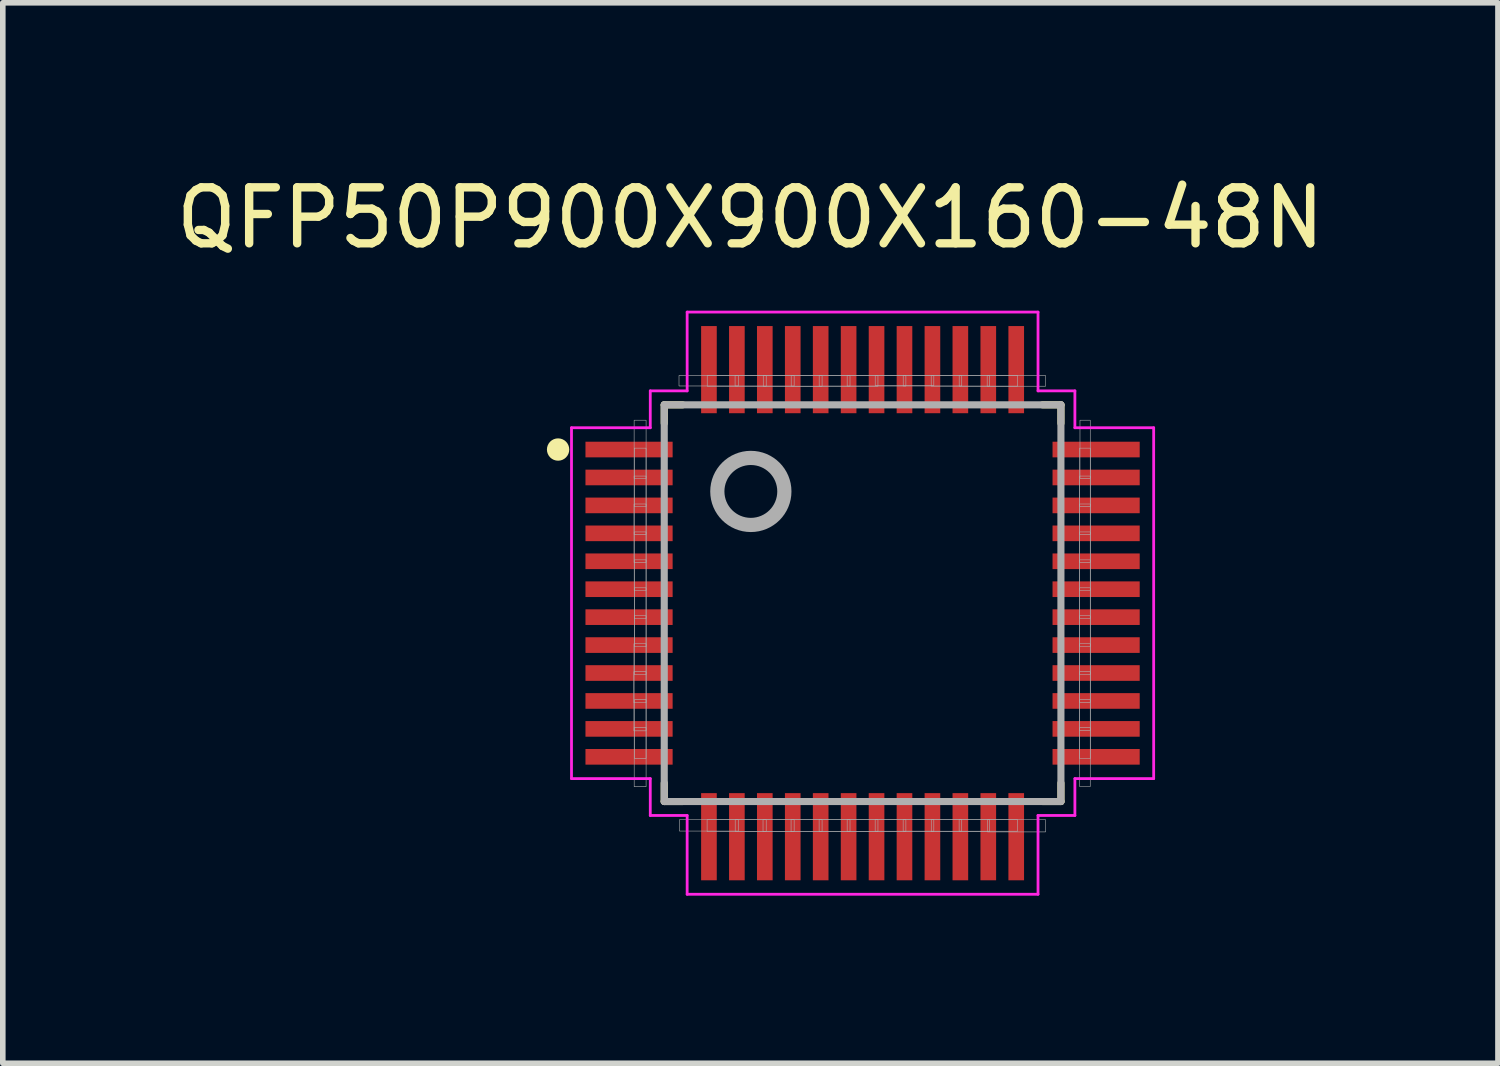
<source format=kicad_pcb>
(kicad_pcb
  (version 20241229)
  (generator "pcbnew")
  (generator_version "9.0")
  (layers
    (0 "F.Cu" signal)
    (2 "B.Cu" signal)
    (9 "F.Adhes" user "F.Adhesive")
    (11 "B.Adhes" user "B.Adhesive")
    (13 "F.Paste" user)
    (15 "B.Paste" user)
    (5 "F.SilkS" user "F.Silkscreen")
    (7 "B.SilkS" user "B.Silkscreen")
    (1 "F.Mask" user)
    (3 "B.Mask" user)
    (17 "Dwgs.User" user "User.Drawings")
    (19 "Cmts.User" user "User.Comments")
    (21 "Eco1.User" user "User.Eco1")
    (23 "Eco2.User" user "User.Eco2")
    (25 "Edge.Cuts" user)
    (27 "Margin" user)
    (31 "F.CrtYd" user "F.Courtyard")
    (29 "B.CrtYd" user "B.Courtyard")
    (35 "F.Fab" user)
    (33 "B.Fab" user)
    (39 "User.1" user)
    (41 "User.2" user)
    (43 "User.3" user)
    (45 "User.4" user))
  (footprint "QFP50P900X900X160-48N"
    (layer "F.Cu")
    (at 12.389 7.746)
    (property "Reference" "QFP50P900X900X160-48N" (at -2.009 -6.897 0) (layer "F.SilkS") (effects (font (size 1.002 1.002) (thickness 0.15))))
    (attr through_hole)
    (fp_line (start -3.55 -3.55) (end -3.22 -3.55) (stroke (width 0.127) (type solid)) (layer "F.SilkS"))
    (fp_line (start -3.55 -3.22) (end -3.55 -3.55) (stroke (width 0.127) (type solid)) (layer "F.SilkS"))
    (fp_line (start -3.55 3.55) (end -3.55 3.22) (stroke (width 0.127) (type solid)) (layer "F.SilkS"))
    (fp_line (start -3.22 3.55) (end -3.55 3.55) (stroke (width 0.127) (type solid)) (layer "F.SilkS"))
    (fp_line (start 3.22 -3.55) (end 3.55 -3.55) (stroke (width 0.127) (type solid)) (layer "F.SilkS"))
    (fp_line (start 3.55 -3.55) (end 3.55 -3.22) (stroke (width 0.127) (type solid)) (layer "F.SilkS"))
    (fp_line (start 3.55 3.22) (end 3.55 3.55) (stroke (width 0.127) (type solid)) (layer "F.SilkS"))
    (fp_line (start 3.55 3.55) (end 3.22 3.55) (stroke (width 0.127) (type solid)) (layer "F.SilkS"))
    (fp_circle (center -5.45 -2.75) (end -5.35 -2.75) (stroke (width 0.2) (type solid)) (fill no) (layer "F.SilkS"))
    (fp_line (start -5.21 -3.14) (end -3.8 -3.14) (stroke (width 0.05) (type solid)) (layer "F.CrtYd"))
    (fp_line (start -5.21 3.14) (end -5.21 -3.14) (stroke (width 0.05) (type solid)) (layer "F.CrtYd"))
    (fp_line (start -3.8 -3.8) (end -3.14 -3.8) (stroke (width 0.05) (type solid)) (layer "F.CrtYd"))
    (fp_line (start -3.8 -3.14) (end -3.8 -3.8) (stroke (width 0.05) (type solid)) (layer "F.CrtYd"))
    (fp_line (start -3.8 3.14) (end -5.21 3.14) (stroke (width 0.05) (type solid)) (layer "F.CrtYd"))
    (fp_line (start -3.8 3.8) (end -3.8 3.14) (stroke (width 0.05) (type solid)) (layer "F.CrtYd"))
    (fp_line (start -3.14 -5.21) (end 3.14 -5.21) (stroke (width 0.05) (type solid)) (layer "F.CrtYd"))
    (fp_line (start -3.14 -3.8) (end -3.14 -5.21) (stroke (width 0.05) (type solid)) (layer "F.CrtYd"))
    (fp_line (start -3.14 3.8) (end -3.8 3.8) (stroke (width 0.05) (type solid)) (layer "F.CrtYd"))
    (fp_line (start -3.14 5.21) (end -3.14 3.8) (stroke (width 0.05) (type solid)) (layer "F.CrtYd"))
    (fp_line (start 3.14 -5.21) (end 3.14 -3.8) (stroke (width 0.05) (type solid)) (layer "F.CrtYd"))
    (fp_line (start 3.14 -3.8) (end 3.8 -3.8) (stroke (width 0.05) (type solid)) (layer "F.CrtYd"))
    (fp_line (start 3.14 3.8) (end 3.14 5.21) (stroke (width 0.05) (type solid)) (layer "F.CrtYd"))
    (fp_line (start 3.14 5.21) (end -3.14 5.21) (stroke (width 0.05) (type solid)) (layer "F.CrtYd"))
    (fp_line (start 3.8 -3.8) (end 3.8 -3.14) (stroke (width 0.05) (type solid)) (layer "F.CrtYd"))
    (fp_line (start 3.8 -3.14) (end 5.21 -3.14) (stroke (width 0.05) (type solid)) (layer "F.CrtYd"))
    (fp_line (start 3.8 3.14) (end 3.8 3.8) (stroke (width 0.05) (type solid)) (layer "F.CrtYd"))
    (fp_line (start 3.8 3.8) (end 3.14 3.8) (stroke (width 0.05) (type solid)) (layer "F.CrtYd"))
    (fp_line (start 5.21 -3.14) (end 5.21 3.14) (stroke (width 0.05) (type solid)) (layer "F.CrtYd"))
    (fp_line (start 5.21 3.14) (end 3.8 3.14) (stroke (width 0.05) (type solid)) (layer "F.CrtYd"))
    (fp_line (start -3.55 -3.55) (end 3.55 -3.55) (stroke (width 0.127) (type solid)) (layer "F.Fab"))
    (fp_line (start -3.55 3.55) (end -3.55 -3.55) (stroke (width 0.127) (type solid)) (layer "F.Fab"))
    (fp_line (start 3.55 -3.55) (end 3.55 3.55) (stroke (width 0.127) (type solid)) (layer "F.Fab"))
    (fp_line (start 3.55 3.55) (end -3.55 3.55) (stroke (width 0.127) (type solid)) (layer "F.Fab"))
    (fp_circle (center -2 -2) (end -1.4 -2) (stroke (width 0.254) (type solid)) (fill no) (layer "F.Fab"))
    (fp_poly (pts (xy -4.093 1.225) (xy -3.875 1.225) (xy -3.875 2.285) (xy -4.093 2.285)) (stroke (width 0.01) (type solid)) (fill no) (layer "F.Fab"))
    (fp_poly (pts (xy -4.092 0.725) (xy -3.875 0.725) (xy -3.875 1.782) (xy -4.092 1.782)) (stroke (width 0.01) (type solid)) (fill no) (layer "F.Fab"))
    (fp_poly (pts (xy -4.09 -1.775) (xy -3.875 -1.775) (xy -3.875 -0.728) (xy -4.09 -0.728)) (stroke (width 0.01) (type solid)) (fill no) (layer "F.Fab"))
    (fp_poly (pts (xy -4.089 -2.275) (xy -3.875 -2.275) (xy -3.875 -1.229) (xy -4.089 -1.229)) (stroke (width 0.01) (type solid)) (fill no) (layer "F.Fab"))
    (fp_poly (pts (xy -4.089 -3.275) (xy -3.875 -3.275) (xy -3.875 -2.233) (xy -4.089 -2.233)) (stroke (width 0.01) (type solid)) (fill no) (layer "F.Fab"))
    (fp_poly (pts (xy -4.088 2.225) (xy -3.875 2.225) (xy -3.875 3.285) (xy -4.088 3.285)) (stroke (width 0.01) (type solid)) (fill no) (layer "F.Fab"))
    (fp_poly (pts (xy -4.088 -1.275) (xy -3.875 -1.275) (xy -3.875 -0.226) (xy -4.088 -0.226)) (stroke (width 0.01) (type solid)) (fill no) (layer "F.Fab"))
    (fp_poly (pts (xy -4.086 -0.775) (xy -3.875 -0.775) (xy -3.875 0.276) (xy -4.086 0.276)) (stroke (width 0.01) (type solid)) (fill no) (layer "F.Fab"))
    (fp_poly (pts (xy -4.086 0.225) (xy -3.875 0.225) (xy -3.875 1.278) (xy -4.086 1.278)) (stroke (width 0.01) (type solid)) (fill no) (layer "F.Fab"))
    (fp_poly (pts (xy -4.086 -2.775) (xy -3.875 -2.775) (xy -3.875 -1.73) (xy -4.086 -1.73)) (stroke (width 0.01) (type solid)) (fill no) (layer "F.Fab"))
    (fp_poly (pts (xy -4.084 -0.275) (xy -3.875 -0.275) (xy -3.875 0.777) (xy -4.084 0.777)) (stroke (width 0.01) (type solid)) (fill no) (layer "F.Fab"))
    (fp_poly (pts (xy -4.082 1.725) (xy -3.875 1.725) (xy -3.875 2.78) (xy -4.082 2.78)) (stroke (width 0.01) (type solid)) (fill no) (layer "F.Fab"))
    (fp_poly (pts (xy -3.286 -4.075) (xy -2.225 -4.075) (xy -2.225 -3.888) (xy -3.286 -3.888)) (stroke (width 0.01) (type solid)) (fill no) (layer "F.Fab"))
    (fp_poly (pts (xy -3.278 3.875) (xy -2.225 3.875) (xy -2.225 4.079) (xy -3.278 4.079)) (stroke (width 0.01) (type solid)) (fill no) (layer "F.Fab"))
    (fp_poly (pts (xy -2.783 3.875) (xy -1.725 3.875) (xy -1.725 4.086) (xy -2.783 4.086)) (stroke (width 0.01) (type solid)) (fill no) (layer "F.Fab"))
    (fp_poly (pts (xy -2.781 -4.075) (xy -1.725 -4.075) (xy -1.725 -3.883) (xy -2.781 -3.883)) (stroke (width 0.01) (type solid)) (fill no) (layer "F.Fab"))
    (fp_poly (pts (xy -2.282 -4.075) (xy -1.225 -4.075) (xy -1.225 -3.887) (xy -2.282 -3.887)) (stroke (width 0.01) (type solid)) (fill no) (layer "F.Fab"))
    (fp_poly (pts (xy -2.28 3.875) (xy -1.225 3.875) (xy -1.225 4.084) (xy -2.28 4.084)) (stroke (width 0.01) (type solid)) (fill no) (layer "F.Fab"))
    (fp_poly (pts (xy -1.782 3.875) (xy -0.725 3.875) (xy -0.725 4.091) (xy -1.782 4.091)) (stroke (width 0.01) (type solid)) (fill no) (layer "F.Fab"))
    (fp_poly (pts (xy -1.778 -4.075) (xy -0.725 -4.075) (xy -0.725 -3.882) (xy -1.778 -3.882)) (stroke (width 0.01) (type solid)) (fill no) (layer "F.Fab"))
    (fp_poly (pts (xy -1.28 3.875) (xy -0.225 3.875) (xy -0.225 4.091) (xy -1.28 4.091)) (stroke (width 0.01) (type solid)) (fill no) (layer "F.Fab"))
    (fp_poly (pts (xy -1.278 -4.075) (xy -0.225 -4.075) (xy -0.225 -3.885) (xy -1.278 -3.885)) (stroke (width 0.01) (type solid)) (fill no) (layer "F.Fab"))
    (fp_poly (pts (xy -0.778 3.875) (xy 0.275 3.875) (xy 0.275 4.088) (xy -0.778 4.088)) (stroke (width 0.01) (type solid)) (fill no) (layer "F.Fab"))
    (fp_poly (pts (xy -0.777 -4.075) (xy 0.275 -4.075) (xy 0.275 -3.884) (xy -0.777 -3.884)) (stroke (width 0.01) (type solid)) (fill no) (layer "F.Fab"))
    (fp_poly (pts (xy -0.276 -4.075) (xy 0.775 -4.075) (xy 0.775 -3.886) (xy -0.276 -3.886)) (stroke (width 0.01) (type solid)) (fill no) (layer "F.Fab"))
    (fp_poly (pts (xy -0.276 3.875) (xy 0.775 3.875) (xy 0.775 4.086) (xy -0.276 4.086)) (stroke (width 0.01) (type solid)) (fill no) (layer "F.Fab"))
    (fp_poly (pts (xy 0.225 3.875) (xy 1.275 3.875) (xy 1.275 4.082) (xy 0.225 4.082)) (stroke (width 0.01) (type solid)) (fill no) (layer "F.Fab"))
    (fp_poly (pts (xy 0.226 -4.075) (xy 1.275 -4.075) (xy 1.275 -3.895) (xy 0.226 -3.895)) (stroke (width 0.01) (type solid)) (fill no) (layer "F.Fab"))
    (fp_poly (pts (xy 0.726 3.875) (xy 1.775 3.875) (xy 1.775 4.081) (xy 0.726 4.081)) (stroke (width 0.01) (type solid)) (fill no) (layer "F.Fab"))
    (fp_poly (pts (xy 0.727 -4.075) (xy 1.775 -4.075) (xy 1.775 -3.887) (xy 0.727 -3.887)) (stroke (width 0.01) (type solid)) (fill no) (layer "F.Fab"))
    (fp_poly (pts (xy 1.228 -4.075) (xy 2.275 -4.075) (xy 2.275 -3.885) (xy 1.228 -3.885)) (stroke (width 0.01) (type solid)) (fill no) (layer "F.Fab"))
    (fp_poly (pts (xy 1.229 3.875) (xy 2.275 3.875) (xy 2.275 4.088) (xy 1.229 4.088)) (stroke (width 0.01) (type solid)) (fill no) (layer "F.Fab"))
    (fp_poly (pts (xy 1.728 3.875) (xy 2.775 3.875) (xy 2.775 4.082) (xy 1.728 4.082)) (stroke (width 0.01) (type solid)) (fill no) (layer "F.Fab"))
    (fp_poly (pts (xy 1.729 -4.075) (xy 2.775 -4.075) (xy 2.775 -3.884) (xy 1.729 -3.884)) (stroke (width 0.01) (type solid)) (fill no) (layer "F.Fab"))
    (fp_poly (pts (xy 2.23 -4.075) (xy 3.275 -4.075) (xy 3.275 -3.883) (xy 2.23 -3.883)) (stroke (width 0.01) (type solid)) (fill no) (layer "F.Fab"))
    (fp_poly (pts (xy 2.235 3.875) (xy 3.275 3.875) (xy 3.275 4.094) (xy 2.235 4.094)) (stroke (width 0.01) (type solid)) (fill no) (layer "F.Fab"))
    (fp_poly (pts (xy 3.88 0.225) (xy 4.075 0.225) (xy 4.075 1.277) (xy 3.88 1.277)) (stroke (width 0.01) (type solid)) (fill no) (layer "F.Fab"))
    (fp_poly (pts (xy 3.883 1.225) (xy 4.075 1.225) (xy 4.075 2.28) (xy 3.883 2.28)) (stroke (width 0.01) (type solid)) (fill no) (layer "F.Fab"))
    (fp_poly (pts (xy 3.883 -1.775) (xy 4.075 -1.775) (xy 4.075 -0.727) (xy 3.883 -0.727)) (stroke (width 0.01) (type solid)) (fill no) (layer "F.Fab"))
    (fp_poly (pts (xy 3.885 -2.775) (xy 4.075 -2.775) (xy 4.075 -1.729) (xy 3.885 -1.729)) (stroke (width 0.01) (type solid)) (fill no) (layer "F.Fab"))
    (fp_poly (pts (xy 3.885 2.225) (xy 4.075 2.225) (xy 4.075 3.283) (xy 3.885 3.283)) (stroke (width 0.01) (type solid)) (fill no) (layer "F.Fab"))
    (fp_poly (pts (xy 3.885 -1.275) (xy 4.075 -1.275) (xy 4.075 -0.226) (xy 3.885 -0.226)) (stroke (width 0.01) (type solid)) (fill no) (layer "F.Fab"))
    (fp_poly (pts (xy 3.885 -2.275) (xy 4.075 -2.275) (xy 4.075 -1.228) (xy 3.885 -1.228)) (stroke (width 0.01) (type solid)) (fill no) (layer "F.Fab"))
    (fp_poly (pts (xy 3.886 -0.275) (xy 4.075 -0.275) (xy 4.075 0.777) (xy 3.886 0.777)) (stroke (width 0.01) (type solid)) (fill no) (layer "F.Fab"))
    (fp_poly (pts (xy 3.886 1.725) (xy 4.075 1.725) (xy 4.075 2.783) (xy 3.886 2.783)) (stroke (width 0.01) (type solid)) (fill no) (layer "F.Fab"))
    (fp_poly (pts (xy 3.886 -0.775) (xy 4.075 -0.775) (xy 4.075 0.276) (xy 3.886 0.276)) (stroke (width 0.01) (type solid)) (fill no) (layer "F.Fab"))
    (fp_poly (pts (xy 3.886 0.725) (xy 4.075 0.725) (xy 4.075 1.78) (xy 3.886 1.78)) (stroke (width 0.01) (type solid)) (fill no) (layer "F.Fab"))
    (fp_poly (pts (xy 3.891 -3.275) (xy 4.075 -3.275) (xy 4.075 -2.234) (xy 3.891 -2.234)) (stroke (width 0.01) (type solid)) (fill no) (layer "F.Fab"))
    (pad "1" smd rect (at -4.18 -2.75) (size 1.56 0.28) (layers "F.Cu" "F.Mask" "F.Paste"))
    (pad "2" smd rect (at -4.18 -2.25) (size 1.56 0.28) (layers "F.Cu" "F.Mask" "F.Paste"))
    (pad "3" smd rect (at -4.18 -1.75) (size 1.56 0.28) (layers "F.Cu" "F.Mask" "F.Paste"))
    (pad "4" smd rect (at -4.18 -1.25) (size 1.56 0.28) (layers "F.Cu" "F.Mask" "F.Paste"))
    (pad "5" smd rect (at -4.18 -0.75) (size 1.56 0.28) (layers "F.Cu" "F.Mask" "F.Paste"))
    (pad "6" smd rect (at -4.18 -0.25) (size 1.56 0.28) (layers "F.Cu" "F.Mask" "F.Paste"))
    (pad "7" smd rect (at -4.18 0.25) (size 1.56 0.28) (layers "F.Cu" "F.Mask" "F.Paste"))
    (pad "8" smd rect (at -4.18 0.75) (size 1.56 0.28) (layers "F.Cu" "F.Mask" "F.Paste"))
    (pad "9" smd rect (at -4.18 1.25) (size 1.56 0.28) (layers "F.Cu" "F.Mask" "F.Paste"))
    (pad "10" smd rect (at -4.18 1.75) (size 1.56 0.28) (layers "F.Cu" "F.Mask" "F.Paste"))
    (pad "11" smd rect (at -4.18 2.25) (size 1.56 0.28) (layers "F.Cu" "F.Mask" "F.Paste"))
    (pad "12" smd rect (at -4.18 2.75) (size 1.56 0.28) (layers "F.Cu" "F.Mask" "F.Paste"))
    (pad "13" smd rect (at -2.75 4.18) (size 0.28 1.56) (layers "F.Cu" "F.Mask" "F.Paste"))
    (pad "14" smd rect (at -2.25 4.18) (size 0.28 1.56) (layers "F.Cu" "F.Mask" "F.Paste"))
    (pad "15" smd rect (at -1.75 4.18) (size 0.28 1.56) (layers "F.Cu" "F.Mask" "F.Paste"))
    (pad "16" smd rect (at -1.25 4.18) (size 0.28 1.56) (layers "F.Cu" "F.Mask" "F.Paste"))
    (pad "17" smd rect (at -0.75 4.18) (size 0.28 1.56) (layers "F.Cu" "F.Mask" "F.Paste"))
    (pad "18" smd rect (at -0.25 4.18) (size 0.28 1.56) (layers "F.Cu" "F.Mask" "F.Paste"))
    (pad "19" smd rect (at 0.25 4.18) (size 0.28 1.56) (layers "F.Cu" "F.Mask" "F.Paste"))
    (pad "20" smd rect (at 0.75 4.18) (size 0.28 1.56) (layers "F.Cu" "F.Mask" "F.Paste"))
    (pad "21" smd rect (at 1.25 4.18) (size 0.28 1.56) (layers "F.Cu" "F.Mask" "F.Paste"))
    (pad "22" smd rect (at 1.75 4.18) (size 0.28 1.56) (layers "F.Cu" "F.Mask" "F.Paste"))
    (pad "23" smd rect (at 2.25 4.18) (size 0.28 1.56) (layers "F.Cu" "F.Mask" "F.Paste"))
    (pad "24" smd rect (at 2.75 4.18) (size 0.28 1.56) (layers "F.Cu" "F.Mask" "F.Paste"))
    (pad "25" smd rect (at 4.18 2.75) (size 1.56 0.28) (layers "F.Cu" "F.Mask" "F.Paste"))
    (pad "26" smd rect (at 4.18 2.25) (size 1.56 0.28) (layers "F.Cu" "F.Mask" "F.Paste"))
    (pad "27" smd rect (at 4.18 1.75) (size 1.56 0.28) (layers "F.Cu" "F.Mask" "F.Paste"))
    (pad "28" smd rect (at 4.18 1.25) (size 1.56 0.28) (layers "F.Cu" "F.Mask" "F.Paste"))
    (pad "29" smd rect (at 4.18 0.75) (size 1.56 0.28) (layers "F.Cu" "F.Mask" "F.Paste"))
    (pad "30" smd rect (at 4.18 0.25) (size 1.56 0.28) (layers "F.Cu" "F.Mask" "F.Paste"))
    (pad "31" smd rect (at 4.18 -0.25) (size 1.56 0.28) (layers "F.Cu" "F.Mask" "F.Paste"))
    (pad "32" smd rect (at 4.18 -0.75) (size 1.56 0.28) (layers "F.Cu" "F.Mask" "F.Paste"))
    (pad "33" smd rect (at 4.18 -1.25) (size 1.56 0.28) (layers "F.Cu" "F.Mask" "F.Paste"))
    (pad "34" smd rect (at 4.18 -1.75) (size 1.56 0.28) (layers "F.Cu" "F.Mask" "F.Paste"))
    (pad "35" smd rect (at 4.18 -2.25) (size 1.56 0.28) (layers "F.Cu" "F.Mask" "F.Paste"))
    (pad "36" smd rect (at 4.18 -2.75) (size 1.56 0.28) (layers "F.Cu" "F.Mask" "F.Paste"))
    (pad "37" smd rect (at 2.75 -4.18) (size 0.28 1.56) (layers "F.Cu" "F.Mask" "F.Paste"))
    (pad "38" smd rect (at 2.25 -4.18) (size 0.28 1.56) (layers "F.Cu" "F.Mask" "F.Paste"))
    (pad "39" smd rect (at 1.75 -4.18) (size 0.28 1.56) (layers "F.Cu" "F.Mask" "F.Paste"))
    (pad "40" smd rect (at 1.25 -4.18) (size 0.28 1.56) (layers "F.Cu" "F.Mask" "F.Paste"))
    (pad "41" smd rect (at 0.75 -4.18) (size 0.28 1.56) (layers "F.Cu" "F.Mask" "F.Paste"))
    (pad "42" smd rect (at 0.25 -4.18) (size 0.28 1.56) (layers "F.Cu" "F.Mask" "F.Paste"))
    (pad "43" smd rect (at -0.25 -4.18) (size 0.28 1.56) (layers "F.Cu" "F.Mask" "F.Paste"))
    (pad "44" smd rect (at -0.75 -4.18) (size 0.28 1.56) (layers "F.Cu" "F.Mask" "F.Paste"))
    (pad "45" smd rect (at -1.25 -4.18) (size 0.28 1.56) (layers "F.Cu" "F.Mask" "F.Paste"))
    (pad "46" smd rect (at -1.75 -4.18) (size 0.28 1.56) (layers "F.Cu" "F.Mask" "F.Paste"))
    (pad "47" smd rect (at -2.25 -4.18) (size 0.28 1.56) (layers "F.Cu" "F.Mask" "F.Paste"))
    (pad "48" smd rect (at -2.75 -4.18) (size 0.28 1.56) (layers "F.Cu" "F.Mask" "F.Paste")))
  (gr_rect
    (start -3 -3)
    (end 23.761 15.981)
    (stroke (width 0.1) (type default))
    (fill no)
    (layer "Edge.Cuts")))
</source>
